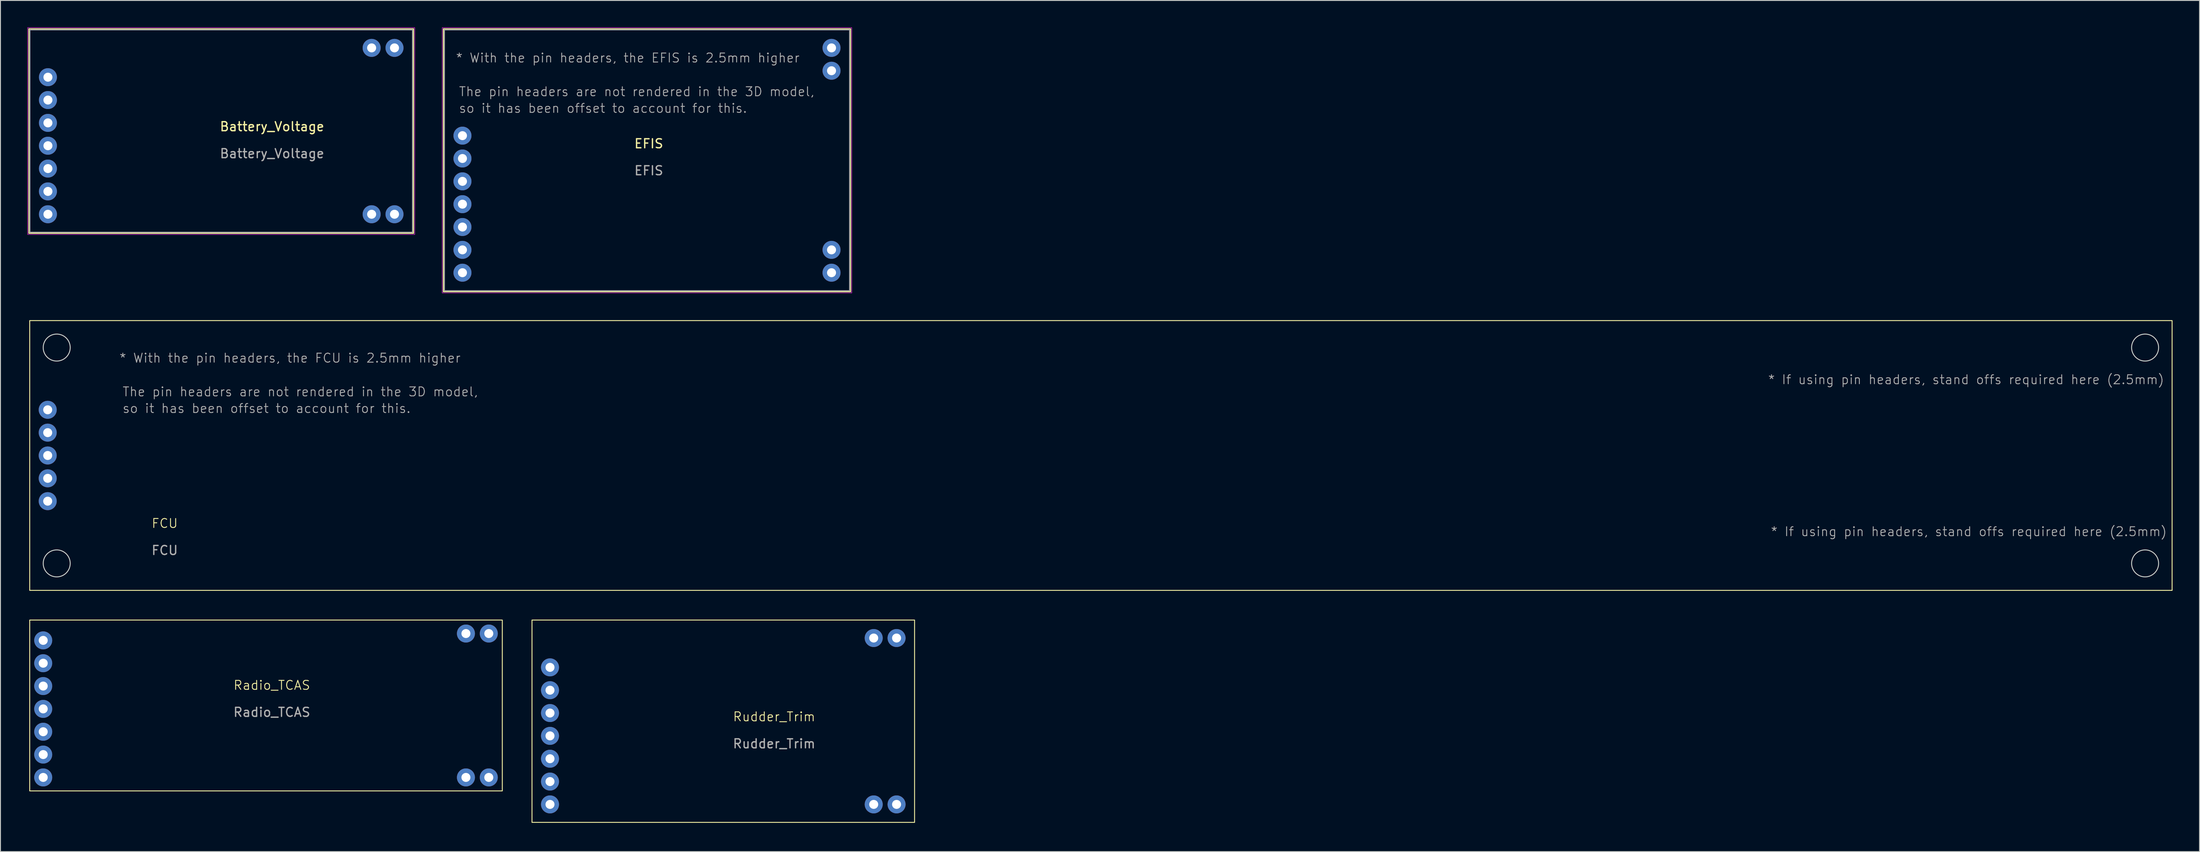
<source format=kicad_pcb>
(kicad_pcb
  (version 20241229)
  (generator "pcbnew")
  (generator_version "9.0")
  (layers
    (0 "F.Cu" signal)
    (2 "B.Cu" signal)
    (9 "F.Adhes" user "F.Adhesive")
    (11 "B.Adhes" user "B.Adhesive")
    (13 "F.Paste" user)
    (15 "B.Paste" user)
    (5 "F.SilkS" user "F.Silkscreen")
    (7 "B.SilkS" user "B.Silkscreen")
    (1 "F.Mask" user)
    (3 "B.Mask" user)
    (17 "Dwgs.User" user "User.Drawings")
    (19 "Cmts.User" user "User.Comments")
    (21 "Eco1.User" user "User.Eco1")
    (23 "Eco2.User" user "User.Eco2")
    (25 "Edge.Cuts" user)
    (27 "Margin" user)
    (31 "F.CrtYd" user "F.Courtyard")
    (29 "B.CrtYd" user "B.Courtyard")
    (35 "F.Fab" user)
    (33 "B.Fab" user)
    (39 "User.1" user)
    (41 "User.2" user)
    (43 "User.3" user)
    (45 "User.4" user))
  (footprint "EFIS"
    (layer "F.Cu")
    (at 48.325 27.275)
    (property "Reference" "EFIS" (at 20.7 -14.35 0) (unlocked yes) (layer "F.SilkS") (effects (font (size 1 1) (thickness 0.15))))
    (attr through_hole)
    (fp_rect (start -2.115 2.115) (end 43.115 -27.115) (stroke (width 0.12) (type default)) (fill no) (layer "F.SilkS"))
    (fp_rect (start -2.25 2.25) (end 43.25 -27.25) (stroke (width 0.05) (type default)) (fill no) (layer "F.CrtYd"))
    (fp_rect (start -2 2) (end 43 -27) (stroke (width 0.1) (type default)) (fill no) (layer "F.Fab"))
    (fp_text user "The pin headers are not rendered in the 3D model, " (at -0.45 -19.55 0) (unlocked yes) (layer "F.Fab") (effects (font (size 1 1) (thickness 0.1)) (justify left bottom)))
    (fp_text user "${REFERENCE}" (at 20.7 -11.35 0) (unlocked yes) (layer "F.Fab") (effects (font (size 1 1) (thickness 0.15))))
    (fp_text user "* With the pin headers, the EFIS is 2.5mm higher" (at -0.8 -23.3 0) (unlocked yes) (layer "F.Fab") (effects (font (size 1 1) (thickness 0.1)) (justify left bottom)))
    (fp_text user "so it has been offset to account for this." (at -0.45 -17.7 0) (unlocked yes) (layer "F.Fab") (effects (font (size 1 1) (thickness 0.1)) (justify left bottom)))
    (pad "" thru_hole circle (at 41 -25) (size 2 2) (drill 1) (layers "*.Cu" "*.Mask"))
    (pad "" thru_hole circle (at 41 -22.46) (size 2 2) (drill 1) (layers "*.Cu" "*.Mask"))
    (pad "" thru_hole circle (at 41 -2.54) (size 2 2) (drill 1) (layers "*.Cu" "*.Mask"))
    (pad "" thru_hole circle (at 41 0) (size 2 2) (drill 1) (layers "*.Cu" "*.Mask"))
    (pad "1" thru_hole circle (at 0 0) (size 2 2) (drill 1) (layers "*.Cu" "*.Mask"))
    (pad "2" thru_hole circle (at 0 -2.54) (size 2 2) (drill 1) (layers "*.Cu" "*.Mask"))
    (pad "3" thru_hole circle (at 0 -5.08) (size 2 2) (drill 1) (layers "*.Cu" "*.Mask"))
    (pad "4" thru_hole circle (at 0 -7.62) (size 2 2) (drill 1) (layers "*.Cu" "*.Mask"))
    (pad "5" thru_hole circle (at 0 -10.16) (size 2 2) (drill 1) (layers "*.Cu" "*.Mask"))
    (pad "6" thru_hole circle (at 0 -12.7) (size 2 2) (drill 1) (layers "*.Cu" "*.Mask"))
    (pad "7" thru_hole circle (at 0 -15.24) (size 2 2) (drill 1) (layers "*.Cu" "*.Mask")))
  (footprint "Rudder_Trim"
    (layer "F.Cu")
    (at 56.05 88.4)
    (property "Reference" "Rudder_Trim" (at 26.9 -11.75 0) (unlocked yes) (layer "F.SilkS") (effects (font (size 1 1) (thickness 0.1))))
    (attr through_hole)
    (fp_rect (start 0 0) (end 42.5 -22.5) (stroke (width 0.1) (type default)) (fill no) (layer "F.SilkS"))
    (fp_text user "${REFERENCE}" (at 26.9 -8.75 0) (unlocked yes) (layer "F.Fab") (effects (font (size 1 1) (thickness 0.15))))
    (pad "" thru_hole circle (at 37.96 -20.5) (size 2 2) (drill 1) (layers "*.Cu" "*.Mask"))
    (pad "" thru_hole circle (at 37.96 -2) (size 2 2) (drill 1) (layers "*.Cu" "*.Mask"))
    (pad "" thru_hole circle (at 40.5 -20.5) (size 2 2) (drill 1) (layers "*.Cu" "*.Mask"))
    (pad "" thru_hole circle (at 40.5 -2) (size 2 2) (drill 1) (layers "*.Cu" "*.Mask"))
    (pad "1" thru_hole circle (at 2 -2) (size 2 2) (drill 1) (layers "*.Cu" "*.Mask"))
    (pad "2" thru_hole circle (at 2 -4.54) (size 2 2) (drill 1) (layers "*.Cu" "*.Mask"))
    (pad "3" thru_hole circle (at 2 -7.08) (size 2 2) (drill 1) (layers "*.Cu" "*.Mask"))
    (pad "4" thru_hole circle (at 2 -9.62) (size 2 2) (drill 1) (layers "*.Cu" "*.Mask"))
    (pad "5" thru_hole circle (at 2 -12.16) (size 2 2) (drill 1) (layers "*.Cu" "*.Mask"))
    (pad "6" thru_hole circle (at 2 -14.7) (size 2 2) (drill 1) (layers "*.Cu" "*.Mask"))
    (pad "7" thru_hole circle (at 2 -17.24) (size 2 2) (drill 1) (layers "*.Cu" "*.Mask")))
  (footprint "Radio_TCAS"
    (layer "F.Cu")
    (at 0.25 84.9)
    (property "Reference" "Radio_TCAS" (at 26.9 -11.75 0) (unlocked yes) (layer "F.SilkS") (effects (font (size 1 1) (thickness 0.1))))
    (attr through_hole)
    (fp_rect (start 0 0) (end 52.5 -19) (stroke (width 0.1) (type default)) (fill no) (layer "F.SilkS"))
    (fp_text user "${REFERENCE}" (at 26.9 -8.75 0) (unlocked yes) (layer "F.Fab") (effects (font (size 1 1) (thickness 0.15))))
    (pad "" thru_hole circle (at 48.46 -17.5) (size 2 2) (drill 1) (layers "*.Cu" "*.Mask"))
    (pad "" thru_hole circle (at 48.46 -1.5) (size 2 2) (drill 1) (layers "*.Cu" "*.Mask"))
    (pad "" thru_hole circle (at 51 -17.5) (size 2 2) (drill 1) (layers "*.Cu" "*.Mask"))
    (pad "" thru_hole circle (at 51 -1.5) (size 2 2) (drill 1) (layers "*.Cu" "*.Mask"))
    (pad "1" thru_hole circle (at 1.5 -1.5) (size 2 2) (drill 1) (layers "*.Cu" "*.Mask"))
    (pad "2" thru_hole circle (at 1.5 -4.04) (size 2 2) (drill 1) (layers "*.Cu" "*.Mask"))
    (pad "3" thru_hole circle (at 1.5 -6.58) (size 2 2) (drill 1) (layers "*.Cu" "*.Mask"))
    (pad "4" thru_hole circle (at 1.5 -9.12) (size 2 2) (drill 1) (layers "*.Cu" "*.Mask"))
    (pad "5" thru_hole circle (at 1.5 -11.66) (size 2 2) (drill 1) (layers "*.Cu" "*.Mask"))
    (pad "6" thru_hole circle (at 1.5 -14.2) (size 2 2) (drill 1) (layers "*.Cu" "*.Mask"))
    (pad "7" thru_hole circle (at 1.5 -16.74) (size 2 2) (drill 1) (layers "*.Cu" "*.Mask")))
  (footprint "Battery_Voltage"
    (layer "F.Cu")
    (at 2.275 20.775)
    (property "Reference" "Battery_Voltage" (at 24.9 -9.75 0) (unlocked yes) (layer "F.SilkS") (effects (font (size 1 1) (thickness 0.15))))
    (attr through_hole)
    (fp_rect (start -2.115 2.115) (end 40.615 -20.615) (stroke (width 0.12) (type default)) (fill no) (layer "F.SilkS"))
    (fp_rect (start -2.25 2.25) (end 40.75 -20.75) (stroke (width 0.05) (type default)) (fill no) (layer "F.CrtYd"))
    (fp_rect (start -2 2) (end 40.5 -20.5) (stroke (width 0.1) (type default)) (fill no) (layer "F.Fab"))
    (fp_text user "${REFERENCE}" (at 24.9 -6.75 0) (unlocked yes) (layer "F.Fab") (effects (font (size 1 1) (thickness 0.15))))
    (pad "" thru_hole circle (at 35.96 -18.5) (size 2 2) (drill 1) (layers "*.Cu" "*.Mask"))
    (pad "" thru_hole circle (at 35.96 0) (size 2 2) (drill 1) (layers "*.Cu" "*.Mask"))
    (pad "" thru_hole circle (at 38.5 -18.5) (size 2 2) (drill 1) (layers "*.Cu" "*.Mask"))
    (pad "" thru_hole circle (at 38.5 0) (size 2 2) (drill 1) (layers "*.Cu" "*.Mask"))
    (pad "1" thru_hole circle (at 0 0) (size 2 2) (drill 1) (layers "*.Cu" "*.Mask"))
    (pad "2" thru_hole circle (at 0 -2.54) (size 2 2) (drill 1) (layers "*.Cu" "*.Mask"))
    (pad "3" thru_hole circle (at 0 -5.08) (size 2 2) (drill 1) (layers "*.Cu" "*.Mask"))
    (pad "4" thru_hole circle (at 0 -7.62) (size 2 2) (drill 1) (layers "*.Cu" "*.Mask"))
    (pad "5" thru_hole circle (at 0 -10.16) (size 2 2) (drill 1) (layers "*.Cu" "*.Mask"))
    (pad "6" thru_hole circle (at 0 -12.7) (size 2 2) (drill 1) (layers "*.Cu" "*.Mask"))
    (pad "7" thru_hole circle (at 0 -15.24) (size 2 2) (drill 1) (layers "*.Cu" "*.Mask")))
  (footprint "FCU"
    (layer "F.Cu")
    (at 0.25 62.6)
    (property "Reference" "FCU" (at 15 -7.45 0) (unlocked yes) (layer "F.SilkS") (effects (font (size 1 1) (thickness 0.1))))
    (attr through_hole)
    (fp_rect (start 0 0) (end 238 -30) (stroke (width 0.1) (type default)) (fill no) (layer "F.SilkS"))
    (fp_circle (center 3 -27) (end 4.5 -27) (stroke (width 0.1) (type default)) (fill no) (layer "Edge.Cuts"))
    (fp_circle (center 3 -3) (end 4.5 -3) (stroke (width 0.1) (type default)) (fill no) (layer "Edge.Cuts"))
    (fp_circle (center 235 -27) (end 236.5 -27) (stroke (width 0.1) (type default)) (fill no) (layer "Edge.Cuts"))
    (fp_circle (center 235 -3) (end 236.5 -3) (stroke (width 0.1) (type default)) (fill no) (layer "Edge.Cuts"))
    (fp_text user "* If using pin headers, stand offs required here (2.5mm)" (at 193.35 -5.95 0) (unlocked yes) (layer "F.Fab") (effects (font (size 1 1) (thickness 0.1)) (justify left bottom)))
    (fp_text user "so it has been offset to account for this." (at 10.25 -19.65 0) (unlocked yes) (layer "F.Fab") (effects (font (size 1 1) (thickness 0.1)) (justify left bottom)))
    (fp_text user "* If using pin headers, stand offs required here (2.5mm)" (at 193.05 -22.85 0) (unlocked yes) (layer "F.Fab") (effects (font (size 1 1) (thickness 0.1)) (justify left bottom)))
    (fp_text user "* With the pin headers, the FCU is 2.5mm higher" (at 9.9 -25.25 0) (unlocked yes) (layer "F.Fab") (effects (font (size 1 1) (thickness 0.1)) (justify left bottom)))
    (fp_text user "${REFERENCE}" (at 15 -4.45 0) (unlocked yes) (layer "F.Fab") (effects (font (size 1 1) (thickness 0.15))))
    (fp_text user "The pin headers are not rendered in the 3D model, " (at 10.25 -21.5 0) (unlocked yes) (layer "F.Fab") (effects (font (size 1 1) (thickness 0.1)) (justify left bottom)))
    (pad "1" thru_hole circle (at 2 -9.92) (size 2 2) (drill 1) (layers "*.Cu" "*.Mask"))
    (pad "2" thru_hole circle (at 2 -12.46) (size 2 2) (drill 1) (layers "*.Cu" "*.Mask"))
    (pad "3" thru_hole circle (at 2 -15) (size 2 2) (drill 1) (layers "*.Cu" "*.Mask"))
    (pad "4" thru_hole circle (at 2 -17.54) (size 2 2) (drill 1) (layers "*.Cu" "*.Mask"))
    (pad "5" thru_hole circle (at 2 -20.08) (size 2 2) (drill 1) (layers "*.Cu" "*.Mask"))
    (zone (net_name "") (layer "F.SilkS") (name "Drill Hole") (hatch edge 0.5) (connect_pads) (min_thickness 0.25) (filled_areas_thickness no) (keepout (tracks not_allowed) (vias not_allowed) (pads not_allowed) (copperpour not_allowed) (footprints allowed)) (placement (enabled no)) (fill) (polygon (pts (xy 1.15 33.45) (xy 5.25 33.45) (xy 5.25 37.7) (xy 1.15 37.7))))
    (zone (net_name "") (layer "F.SilkS") (name "Drill Hole") (hatch edge 0.5) (connect_pads) (min_thickness 0.25) (filled_areas_thickness no) (keepout (tracks not_allowed) (vias not_allowed) (pads not_allowed) (copperpour not_allowed) (footprints allowed)) (placement (enabled no)) (fill) (polygon (pts (xy 1.15 57.45) (xy 5.25 57.45) (xy 5.25 61.7) (xy 1.15 61.7))))
    (zone (net_name "") (layer "F.SilkS") (name "Drill Hole") (hatch edge 0.5) (connect_pads) (min_thickness 0.25) (filled_areas_thickness no) (keepout (tracks not_allowed) (vias not_allowed) (pads not_allowed) (copperpour not_allowed) (footprints allowed)) (placement (enabled no)) (fill) (polygon (pts (xy 233.2 33.45) (xy 237.3 33.45) (xy 237.3 37.7) (xy 233.2 37.7))))
    (zone (net_name "") (layer "F.SilkS") (name "Drill Hole") (hatch edge 0.5) (connect_pads) (min_thickness 0.25) (filled_areas_thickness no) (keepout (tracks not_allowed) (vias not_allowed) (pads not_allowed) (copperpour not_allowed) (footprints allowed)) (placement (enabled no)) (fill) (polygon (pts (xy 233.2 57.45) (xy 237.3 57.45) (xy 237.3 61.7) (xy 233.2 61.7)))))
  (gr_rect
    (start -3 -3)
    (end 241.3 91.65)
    (stroke (width 0.1) (type default))
    (fill no)
    (layer "Edge.Cuts")))
</source>
